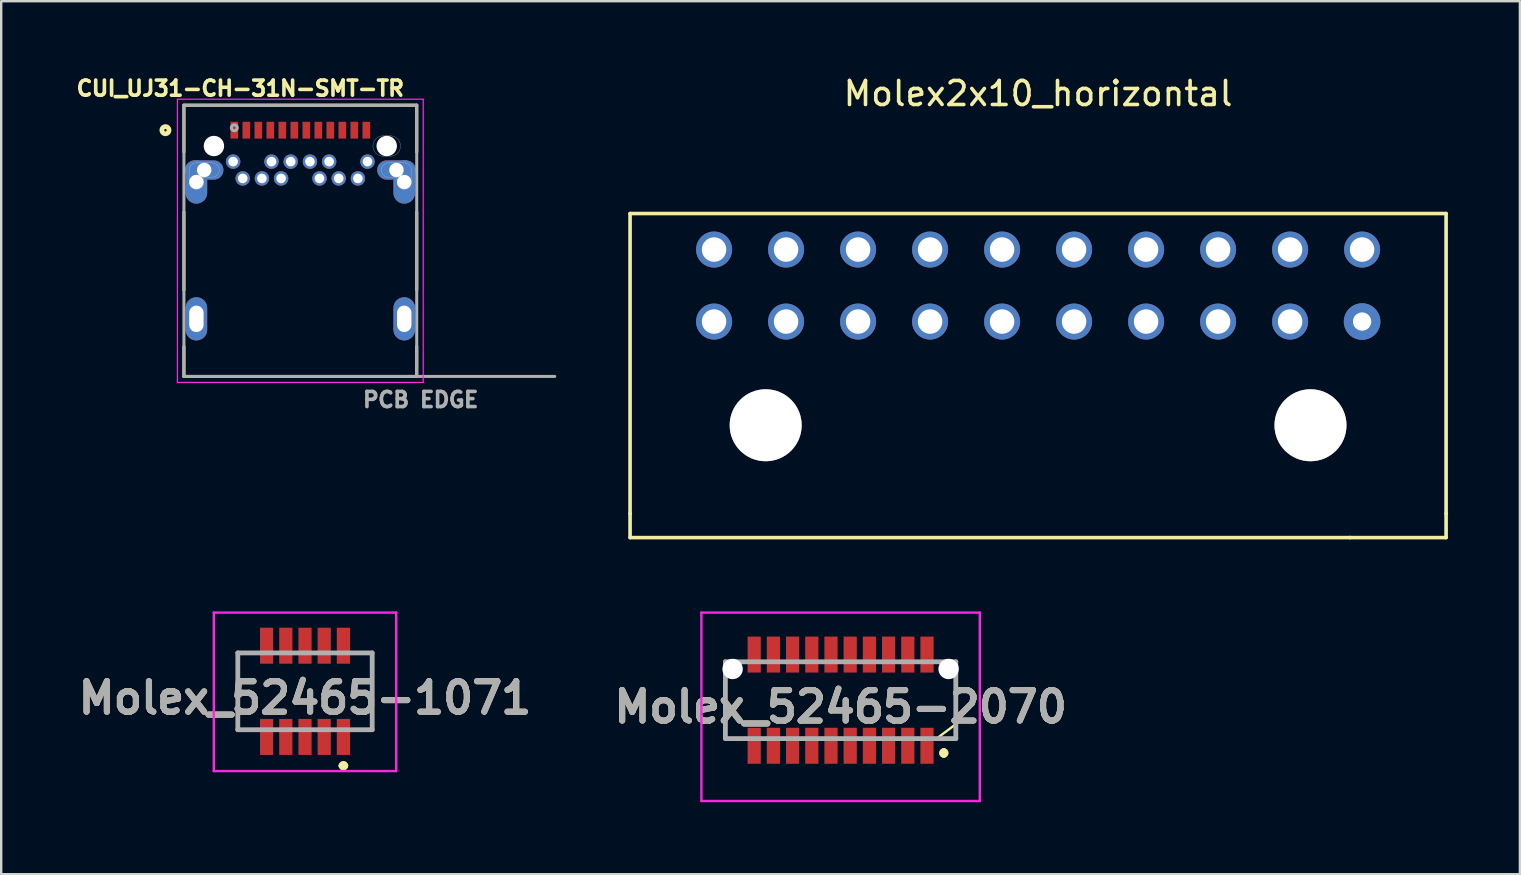
<source format=kicad_pcb>
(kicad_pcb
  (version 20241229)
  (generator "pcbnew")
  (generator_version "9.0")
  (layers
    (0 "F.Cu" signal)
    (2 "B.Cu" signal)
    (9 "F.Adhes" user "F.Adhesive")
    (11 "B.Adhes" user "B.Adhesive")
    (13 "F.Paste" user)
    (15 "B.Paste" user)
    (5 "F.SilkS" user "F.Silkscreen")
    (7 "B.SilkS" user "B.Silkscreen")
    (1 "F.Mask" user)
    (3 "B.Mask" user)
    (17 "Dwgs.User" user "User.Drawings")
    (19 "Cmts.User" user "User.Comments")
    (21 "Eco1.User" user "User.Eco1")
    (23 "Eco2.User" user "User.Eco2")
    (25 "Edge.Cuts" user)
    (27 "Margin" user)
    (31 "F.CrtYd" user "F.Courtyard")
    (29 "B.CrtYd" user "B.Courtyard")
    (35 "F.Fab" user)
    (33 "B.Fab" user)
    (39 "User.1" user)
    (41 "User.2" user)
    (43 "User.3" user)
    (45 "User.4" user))
  (footprint "CUI_UJ31-CH-31N-SMT-TR"
    (layer "F.Cu")
    (at 6.713 2.374)
    (property "Reference" "CUI_UJ31-CH-31N-SMT-TR" (at 0.25 -1.742 0) (layer "F.SilkS") (effects (font (size 0.631 0.631) (thickness 0.15))))
    (attr through_hole)
    (fp_poly (pts (xy 6.2 0.135) (xy 6.5 0.135) (xy 6.555 0.138) (xy 6.609 0.146) (xy 6.662 0.161) (xy 6.714 0.18) (xy 6.763 0.205) (xy 6.809 0.235) (xy 6.851 0.27) (xy 6.89 0.309) (xy 6.925 0.351) (xy 6.955 0.398) (xy 6.98 0.446) (xy 6.999 0.498) (xy 7.014 0.551) (xy 7.022 0.605) (xy 7.025 0.66) (xy 7.022 0.715) (xy 7.014 0.769) (xy 6.999 0.822) (xy 6.98 0.874) (xy 6.955 0.922) (xy 6.925 0.969) (xy 6.89 1.011) (xy 6.851 1.05) (xy 6.809 1.085) (xy 6.763 1.115) (xy 6.714 1.14) (xy 6.662 1.159) (xy 6.609 1.174) (xy 6.555 1.182) (xy 6.5 1.185) (xy 6.2 1.185) (xy 6.145 1.182) (xy 6.091 1.174) (xy 6.038 1.159) (xy 5.986 1.14) (xy 5.938 1.115) (xy 5.891 1.085) (xy 5.849 1.05) (xy 5.81 1.011) (xy 5.775 0.969) (xy 5.745 0.923) (xy 5.72 0.874) (xy 5.701 0.822) (xy 5.686 0.769) (xy 5.678 0.715) (xy 5.675 0.66) (xy 5.678 0.605) (xy 5.686 0.551) (xy 5.701 0.498) (xy 5.72 0.446) (xy 5.745 0.398) (xy 5.775 0.351) (xy 5.81 0.309) (xy 5.849 0.27) (xy 5.891 0.235) (xy 5.938 0.205) (xy 5.986 0.18) (xy 6.038 0.161) (xy 6.091 0.146) (xy 6.145 0.138) (xy 6.2 0.135)) (stroke (width 0.05) (type solid)) (fill yes) (layer "F.Mask"))
    (fp_poly (pts (xy 6.2 0.135) (xy 6.5 0.135) (xy 6.555 0.138) (xy 6.609 0.146) (xy 6.662 0.161) (xy 6.714 0.18) (xy 6.763 0.205) (xy 6.809 0.235) (xy 6.851 0.27) (xy 6.89 0.309) (xy 6.925 0.351) (xy 6.955 0.398) (xy 6.98 0.446) (xy 6.999 0.498) (xy 7.014 0.551) (xy 7.022 0.605) (xy 7.025 0.66) (xy 7.022 0.715) (xy 7.014 0.769) (xy 6.999 0.822) (xy 6.98 0.874) (xy 6.955 0.922) (xy 6.925 0.969) (xy 6.89 1.011) (xy 6.851 1.05) (xy 6.809 1.085) (xy 6.763 1.115) (xy 6.714 1.14) (xy 6.662 1.159) (xy 6.609 1.174) (xy 6.555 1.182) (xy 6.5 1.185) (xy 6.2 1.185) (xy 6.145 1.182) (xy 6.091 1.174) (xy 6.038 1.159) (xy 5.986 1.14) (xy 5.938 1.115) (xy 5.891 1.085) (xy 5.849 1.05) (xy 5.81 1.011) (xy 5.775 0.969) (xy 5.745 0.923) (xy 5.72 0.874) (xy 5.701 0.822) (xy 5.686 0.769) (xy 5.678 0.715) (xy 5.675 0.66) (xy 5.678 0.605) (xy 5.686 0.551) (xy 5.701 0.498) (xy 5.72 0.446) (xy 5.745 0.398) (xy 5.775 0.351) (xy 5.81 0.309) (xy 5.849 0.27) (xy 5.891 0.235) (xy 5.938 0.205) (xy 5.986 0.18) (xy 6.038 0.161) (xy 6.091 0.146) (xy 6.145 0.138) (xy 6.2 0.135)) (stroke (width 0.05) (type solid)) (fill yes) (layer "B.Mask"))
    (fp_line (start -2.1 -1.04) (end -2.1 0.91) (stroke (width 0.127) (type solid)) (layer "F.SilkS"))
    (fp_line (start -2.1 -1.04) (end 7.6 -1.04) (stroke (width 0.127) (type solid)) (layer "F.SilkS"))
    (fp_line (start -2.1 3.41) (end -2.1 6.66) (stroke (width 0.127) (type solid)) (layer "F.SilkS"))
    (fp_line (start -2.1 9.01) (end -2.1 10.26) (stroke (width 0.127) (type solid)) (layer "F.SilkS"))
    (fp_line (start -2.1 10.26) (end 7.6 10.26) (stroke (width 0.127) (type solid)) (layer "F.SilkS"))
    (fp_line (start 7.6 -1.04) (end 7.6 0.91) (stroke (width 0.127) (type solid)) (layer "F.SilkS"))
    (fp_line (start 7.6 6.66) (end 7.6 3.41) (stroke (width 0.127) (type solid)) (layer "F.SilkS"))
    (fp_line (start 7.6 10.26) (end 7.6 9.01) (stroke (width 0.127) (type solid)) (layer "F.SilkS"))
    (fp_circle (center -2.87 0) (end -2.72 0) (stroke (width 0.2) (type solid)) (fill no) (layer "F.SilkS"))
    (fp_line (start -1.88 2.16) (end -1.88 1.66) (stroke (width 0.01) (type solid)) (layer "Edge.Cuts"))
    (fp_line (start -1.58 1.36) (end -0.93 1.36) (stroke (width 0.01) (type solid)) (layer "Edge.Cuts"))
    (fp_line (start -1.28 1.96) (end -1.28 2.16) (stroke (width 0.01) (type solid)) (layer "Edge.Cuts"))
    (fp_line (start -0.93 1.96) (end -1.28 1.96) (stroke (width 0.01) (type solid)) (layer "Edge.Cuts"))
    (fp_line (start 6.2 0.235) (end 6.5 0.235) (stroke (width 0.01) (type solid)) (layer "Edge.Cuts"))
    (fp_line (start 6.2 1.085) (end 6.5 1.085) (stroke (width 0.01) (type solid)) (layer "Edge.Cuts"))
    (fp_line (start 6.43 1.36) (end 7.08 1.36) (stroke (width 0.01) (type solid)) (layer "Edge.Cuts"))
    (fp_line (start 6.78 1.96) (end 6.43 1.96) (stroke (width 0.01) (type solid)) (layer "Edge.Cuts"))
    (fp_line (start 6.78 1.96) (end 6.78 2.16) (stroke (width 0.01) (type solid)) (layer "Edge.Cuts"))
    (fp_line (start 7.38 2.16) (end 7.38 1.66) (stroke (width 0.01) (type solid)) (layer "Edge.Cuts"))
    (fp_arc (start -1.88 1.66) (mid -1.792132 1.447868) (end -1.58 1.36) (stroke (width 0.01) (type solid)) (layer "Edge.Cuts"))
    (fp_arc (start -1.28 2.16) (mid -1.58 2.46) (end -1.88 2.16) (stroke (width 0.01) (type solid)) (layer "Edge.Cuts"))
    (fp_arc (start -0.93 1.36) (mid -0.63 1.66) (end -0.93 1.96) (stroke (width 0.01) (type solid)) (layer "Edge.Cuts"))
    (fp_arc (start 6.2 1.085) (mid 5.775 0.66) (end 6.2 0.235) (stroke (width 0.01) (type solid)) (layer "Edge.Cuts"))
    (fp_arc (start 6.43 1.96) (mid 6.13 1.66) (end 6.43 1.36) (stroke (width 0.01) (type solid)) (layer "Edge.Cuts"))
    (fp_arc (start 6.5 0.235) (mid 6.925 0.66) (end 6.5 1.085) (stroke (width 0.01) (type solid)) (layer "Edge.Cuts"))
    (fp_arc (start 7.08 1.36) (mid 7.292132 1.447868) (end 7.38 1.66) (stroke (width 0.01) (type solid)) (layer "Edge.Cuts"))
    (fp_arc (start 7.38 2.16) (mid 7.08 2.46) (end 6.78 2.16) (stroke (width 0.01) (type solid)) (layer "Edge.Cuts"))
    (fp_line (start -2.37 -1.29) (end 7.87 -1.29) (stroke (width 0.05) (type solid)) (layer "F.CrtYd"))
    (fp_line (start -2.37 10.51) (end -2.37 -1.29) (stroke (width 0.05) (type solid)) (layer "F.CrtYd"))
    (fp_line (start 7.87 -1.29) (end 7.87 10.51) (stroke (width 0.05) (type solid)) (layer "F.CrtYd"))
    (fp_line (start 7.87 10.51) (end -2.37 10.51) (stroke (width 0.05) (type solid)) (layer "F.CrtYd"))
    (fp_line (start -2.1 -1.04) (end 7.6 -1.04) (stroke (width 0.127) (type solid)) (layer "F.Fab"))
    (fp_line (start -2.1 10.26) (end -2.1 -1.04) (stroke (width 0.127) (type solid)) (layer "F.Fab"))
    (fp_line (start 7.6 -1.04) (end 7.6 10.26) (stroke (width 0.127) (type solid)) (layer "F.Fab"))
    (fp_line (start 7.6 10.26) (end -2.1 10.26) (stroke (width 0.127) (type solid)) (layer "F.Fab"))
    (fp_line (start 7.6 10.26) (end 13.35 10.26) (stroke (width 0.127) (type solid)) (layer "F.Fab"))
    (fp_circle (center 0 -0.1) (end 0.06 -0.1) (stroke (width 0.127) (type solid)) (fill no) (layer "F.Fab"))
    (fp_text user "PCB EDGE" (at 7.764 11.231 0) (layer "F.Fab") (effects (font (size 0.631 0.631) (thickness 0.15))))
    (pad "" np_thru_hole circle (at -0.85 0.66) (size 0.85 0.85) (drill 0.85) (layers "*.Cu" "*.Mask"))
    (pad "" np_thru_hole circle (at 6.35 0.66) (size 0.85 0.85) (drill 0.85) (layers "*.Cu" "*.Mask"))
    (pad "A1" smd rect (at 0 0) (size 0.32 0.7) (layers "F.Cu" "F.Mask" "F.Paste"))
    (pad "A2" smd rect (at 0.5 0) (size 0.32 0.7) (layers "F.Cu" "F.Mask" "F.Paste"))
    (pad "A3" smd rect (at 1 0) (size 0.32 0.7) (layers "F.Cu" "F.Mask" "F.Paste"))
    (pad "A4" smd rect (at 1.5 0) (size 0.32 0.7) (layers "F.Cu" "F.Mask" "F.Paste"))
    (pad "A5" smd rect (at 2 0) (size 0.32 0.7) (layers "F.Cu" "F.Mask" "F.Paste"))
    (pad "A6" smd rect (at 2.5 0) (size 0.32 0.7) (layers "F.Cu" "F.Mask" "F.Paste"))
    (pad "A7" smd rect (at 3 0) (size 0.32 0.7) (layers "F.Cu" "F.Mask" "F.Paste"))
    (pad "A8" smd rect (at 3.5 0) (size 0.32 0.7) (layers "F.Cu" "F.Mask" "F.Paste"))
    (pad "A9" smd rect (at 4 0) (size 0.32 0.7) (layers "F.Cu" "F.Mask" "F.Paste"))
    (pad "A10" smd rect (at 4.5 0) (size 0.32 0.7) (layers "F.Cu" "F.Mask" "F.Paste"))
    (pad "A11" smd rect (at 5 0) (size 0.32 0.7) (layers "F.Cu" "F.Mask" "F.Paste"))
    (pad "A12" smd rect (at 5.5 0) (size 0.32 0.7) (layers "F.Cu" "F.Mask" "F.Paste"))
    (pad "B1" thru_hole circle (at 5.55 1.31) (size 0.6 0.6) (drill 0.4) (layers "*.Cu" "*.Mask"))
    (pad "B2" thru_hole circle (at 5.15 2.01) (size 0.6 0.6) (drill 0.4) (layers "*.Cu" "*.Mask"))
    (pad "B3" thru_hole circle (at 4.35 2.01) (size 0.6 0.6) (drill 0.4) (layers "*.Cu" "*.Mask"))
    (pad "B4" thru_hole circle (at 3.95 1.31) (size 0.6 0.6) (drill 0.4) (layers "*.Cu" "*.Mask"))
    (pad "B5" thru_hole circle (at 3.55 2.01) (size 0.6 0.6) (drill 0.4) (layers "*.Cu" "*.Mask"))
    (pad "B6" thru_hole circle (at 3.15 1.31) (size 0.6 0.6) (drill 0.4) (layers "*.Cu" "*.Mask"))
    (pad "B7" thru_hole circle (at 2.35 1.31) (size 0.6 0.6) (drill 0.4) (layers "*.Cu" "*.Mask"))
    (pad "B8" thru_hole circle (at 1.95 2.01) (size 0.6 0.6) (drill 0.4) (layers "*.Cu" "*.Mask"))
    (pad "B9" thru_hole circle (at 1.55 1.31) (size 0.6 0.6) (drill 0.4) (layers "*.Cu" "*.Mask"))
    (pad "B10" thru_hole circle (at 1.15 2.01) (size 0.6 0.6) (drill 0.4) (layers "*.Cu" "*.Mask"))
    (pad "B11" thru_hole circle (at 0.35 2.01) (size 0.6 0.6) (drill 0.4) (layers "*.Cu" "*.Mask"))
    (pad "B12" thru_hole circle (at -0.05 1.31) (size 0.6 0.6) (drill 0.4) (layers "*.Cu" "*.Mask"))
    (pad "SH1" thru_hole oval (at -1.255 1.66) (size 1.6 0.8) (drill 0.6) (layers "*.Cu" "*.Mask"))
    (pad "SH2" thru_hole oval (at 6.755 1.66) (size 1.6 0.8) (drill 0.6) (layers "*.Cu" "*.Mask"))
    (pad "SH3" thru_hole oval (at -1.58 2.16) (size 0.9 1.8) (drill 0.6) (layers "*.Cu" "*.Mask"))
    (pad "SH4" thru_hole oval (at 7.08 2.16) (size 0.9 1.8) (drill 0.6) (layers "*.Cu" "*.Mask"))
    (pad "SH5" thru_hole oval (at -1.58 7.86) (size 0.9 1.8) (drill oval 0.6 1.1) (layers "*.Cu" "*.Mask"))
    (pad "SH6" thru_hole oval (at 7.08 7.86) (size 0.9 1.8) (drill oval 0.6 1.1) (layers "*.Cu" "*.Mask")))
  (footprint "Molex_52465-2070"
    (layer "F.Cu")
    (at 31.974 26.123)
    (property "Reference" "Molex_52465-2070" (at 0 0.275 0) (layer "F.SilkS") (effects (font (size 1.27 1.27) (thickness 0.254))))
    (attr through_hole)
    (fp_line (start -4.8 -0.5) (end -4.8 1.6) (stroke (width 0.1) (type solid)) (layer "F.SilkS"))
    (fp_line (start -4.8 1.6) (end -4.5 1.6) (stroke (width 0.1) (type solid)) (layer "F.SilkS"))
    (fp_line (start 4 1.6) (end 4.8 1) (stroke (width 0.1) (type solid)) (layer "F.SilkS"))
    (fp_line (start 4.3 2.1) (end 4.3 2.1) (stroke (width 0.2) (type solid)) (layer "F.SilkS"))
    (fp_line (start 4.3 2.3) (end 4.3 2.3) (stroke (width 0.2) (type solid)) (layer "F.SilkS"))
    (fp_line (start 4.8 1) (end 4.8 -0.5) (stroke (width 0.1) (type solid)) (layer "F.SilkS"))
    (fp_arc (start 4.3 2.1) (mid 4.4 2.2) (end 4.3 2.3) (stroke (width 0.2) (type solid)) (layer "F.SilkS"))
    (fp_arc (start 4.3 2.3) (mid 4.2 2.2) (end 4.3 2.1) (stroke (width 0.2) (type solid)) (layer "F.SilkS"))
    (fp_line (start -5.8 -3.65) (end 5.8 -3.65) (stroke (width 0.1) (type solid)) (layer "F.CrtYd"))
    (fp_line (start -5.8 4.2) (end -5.8 -3.65) (stroke (width 0.1) (type solid)) (layer "F.CrtYd"))
    (fp_line (start 5.8 -3.65) (end 5.8 4.2) (stroke (width 0.1) (type solid)) (layer "F.CrtYd"))
    (fp_line (start 5.8 4.2) (end -5.8 4.2) (stroke (width 0.1) (type solid)) (layer "F.CrtYd"))
    (fp_line (start -4.8 -1.6) (end 4.8 -1.6) (stroke (width 0.2) (type solid)) (layer "F.Fab"))
    (fp_line (start -4.8 1.6) (end -4.8 -1.6) (stroke (width 0.2) (type solid)) (layer "F.Fab"))
    (fp_line (start 4.8 -1.6) (end 4.8 1.6) (stroke (width 0.2) (type solid)) (layer "F.Fab"))
    (fp_line (start 4.8 1.6) (end -4.8 1.6) (stroke (width 0.2) (type solid)) (layer "F.Fab"))
    (fp_text user "${REFERENCE}" (at 0 0.275 0) (layer "F.Fab") (effects (font (size 1.27 1.27) (thickness 0.254))))
    (pad "" np_thru_hole circle (at -4.5 -1.3) (size 0.85 0.85) (drill 0.85) (layers "*.Cu" "*.Mask"))
    (pad "" np_thru_hole circle (at 4.5 -1.3) (size 0.85 0.85) (drill 0.85) (layers "*.Cu" "*.Mask"))
    (pad "1" smd rect (at 3.6 1.9) (size 0.55 1.5) (layers "F.Cu" "F.Mask" "F.Paste"))
    (pad "2" smd rect (at 3.6 -1.9) (size 0.55 1.5) (layers "F.Cu" "F.Mask" "F.Paste"))
    (pad "3" smd rect (at 2.8 1.9) (size 0.55 1.5) (layers "F.Cu" "F.Mask" "F.Paste"))
    (pad "4" smd rect (at 2.8 -1.9) (size 0.55 1.5) (layers "F.Cu" "F.Mask" "F.Paste"))
    (pad "5" smd rect (at 2 1.9) (size 0.55 1.5) (layers "F.Cu" "F.Mask" "F.Paste"))
    (pad "6" smd rect (at 2 -1.9) (size 0.55 1.5) (layers "F.Cu" "F.Mask" "F.Paste"))
    (pad "7" smd rect (at 1.2 1.9) (size 0.55 1.5) (layers "F.Cu" "F.Mask" "F.Paste"))
    (pad "8" smd rect (at 1.2 -1.9) (size 0.55 1.5) (layers "F.Cu" "F.Mask" "F.Paste"))
    (pad "9" smd rect (at 0.4 1.9) (size 0.55 1.5) (layers "F.Cu" "F.Mask" "F.Paste"))
    (pad "10" smd rect (at 0.4 -1.9) (size 0.55 1.5) (layers "F.Cu" "F.Mask" "F.Paste"))
    (pad "11" smd rect (at -0.4 1.9) (size 0.55 1.5) (layers "F.Cu" "F.Mask" "F.Paste"))
    (pad "12" smd rect (at -0.4 -1.9) (size 0.55 1.5) (layers "F.Cu" "F.Mask" "F.Paste"))
    (pad "13" smd rect (at -1.2 1.9) (size 0.55 1.5) (layers "F.Cu" "F.Mask" "F.Paste"))
    (pad "14" smd rect (at -1.2 -1.9) (size 0.55 1.5) (layers "F.Cu" "F.Mask" "F.Paste"))
    (pad "15" smd rect (at -2 1.9) (size 0.55 1.5) (layers "F.Cu" "F.Mask" "F.Paste"))
    (pad "16" smd rect (at -2 -1.9) (size 0.55 1.5) (layers "F.Cu" "F.Mask" "F.Paste"))
    (pad "17" smd rect (at -2.8 1.9) (size 0.55 1.5) (layers "F.Cu" "F.Mask" "F.Paste"))
    (pad "18" smd rect (at -2.8 -1.9) (size 0.55 1.5) (layers "F.Cu" "F.Mask" "F.Paste"))
    (pad "19" smd rect (at -3.6 1.9) (size 0.55 1.5) (layers "F.Cu" "F.Mask" "F.Paste"))
    (pad "20" smd rect (at -3.6 -1.9) (size 0.55 1.5) (layers "F.Cu" "F.Mask" "F.Paste")))
  (footprint "Molex2x10_horizontal"
    (layer "F.Cu")
    (at 40.202 8.848)
    (property "Reference" "Molex2x10_horizontal" (at 0 -8 0) (layer "F.SilkS") (effects (font (size 1 1) (thickness 0.15))))
    (attr through_hole)
    (fp_line (start -17 -3) (end 17 -3) (stroke (width 0.15) (type solid)) (layer "F.SilkS"))
    (fp_line (start -17 9.5) (end -17 -3) (stroke (width 0.15) (type solid)) (layer "F.SilkS"))
    (fp_line (start -17 10.5) (end -17 9.5) (stroke (width 0.15) (type solid)) (layer "F.SilkS"))
    (fp_line (start 13 10.5) (end -17 10.5) (stroke (width 0.15) (type solid)) (layer "F.SilkS"))
    (fp_line (start 13 10.5) (end 17 10.5) (stroke (width 0.15) (type solid)) (layer "F.SilkS"))
    (fp_line (start 17 9.5) (end 17 -3) (stroke (width 0.15) (type solid)) (layer "F.SilkS"))
    (fp_line (start 17 10.5) (end 17 9.5) (stroke (width 0.15) (type solid)) (layer "F.SilkS"))
    (pad "" thru_hole circle (at -11.35 5.82) (size 3 3) (drill 3) (layers "*.Cu" "*.Mask"))
    (pad "" thru_hole circle (at 11.35 5.82) (size 3 3) (drill 3) (layers "*.Cu" "*.Mask"))
    (pad "1" thru_hole circle (at 13.5 1.5) (size 1.524 1.524) (drill 0.762) (layers "*.Cu" "*.Mask"))
    (pad "2" thru_hole circle (at 10.5 1.5) (size 1.5 1.5) (drill 1.02) (layers "*.Cu" "*.Mask"))
    (pad "3" thru_hole circle (at 7.5 1.5) (size 1.5 1.5) (drill 1.02) (layers "*.Cu" "*.Mask"))
    (pad "4" thru_hole circle (at 4.5 1.5) (size 1.5 1.5) (drill 1.02) (layers "*.Cu" "*.Mask"))
    (pad "5" thru_hole circle (at 1.5 1.5) (size 1.5 1.5) (drill 1.02) (layers "*.Cu" "*.Mask"))
    (pad "6" thru_hole circle (at -1.5 1.5) (size 1.5 1.5) (drill 1.02) (layers "*.Cu" "*.Mask"))
    (pad "7" thru_hole circle (at -4.5 1.5) (size 1.5 1.5) (drill 1.02) (layers "*.Cu" "*.Mask"))
    (pad "8" thru_hole circle (at -7.5 1.5) (size 1.5 1.5) (drill 1.02) (layers "*.Cu" "*.Mask"))
    (pad "9" thru_hole circle (at -10.5 1.5) (size 1.5 1.5) (drill 1.02) (layers "*.Cu" "*.Mask"))
    (pad "10" thru_hole circle (at -13.5 1.5) (size 1.5 1.5) (drill 1.02) (layers "*.Cu" "*.Mask"))
    (pad "11" thru_hole circle (at 13.5 -1.5) (size 1.5 1.5) (drill 1.02) (layers "*.Cu" "*.Mask"))
    (pad "12" thru_hole circle (at 10.5 -1.5) (size 1.5 1.5) (drill 1.02) (layers "*.Cu" "*.Mask"))
    (pad "13" thru_hole circle (at 7.5 -1.5) (size 1.5 1.5) (drill 1.02) (layers "*.Cu" "*.Mask"))
    (pad "14" thru_hole circle (at 4.5 -1.5) (size 1.5 1.5) (drill 1.02) (layers "*.Cu" "*.Mask"))
    (pad "15" thru_hole circle (at 1.5 -1.5) (size 1.5 1.5) (drill 1.02) (layers "*.Cu" "*.Mask"))
    (pad "16" thru_hole circle (at -1.5 -1.5) (size 1.5 1.5) (drill 1.02) (layers "*.Cu" "*.Mask"))
    (pad "17" thru_hole circle (at -4.5 -1.5) (size 1.5 1.5) (drill 1.02) (layers "*.Cu" "*.Mask"))
    (pad "18" thru_hole circle (at -7.5 -1.5) (size 1.5 1.5) (drill 1.02) (layers "*.Cu" "*.Mask"))
    (pad "19" thru_hole circle (at -10.5 -1.5) (size 1.5 1.5) (drill 1.02) (layers "*.Cu" "*.Mask"))
    (pad "20" thru_hole circle (at -13.5 -1.5) (size 1.5 1.5) (drill 1.02) (layers "*.Cu" "*.Mask")))
  (footprint "Molex_52465-1071"
    (layer "F.Cu")
    (at 9.658 26.029)
    (property "Reference" "Molex_52465-1071" (at 0 0 0) (layer "F.SilkS") (effects (font (size 1.27 1.27) (thickness 0.254))))
    (attr smd)
    (fp_line (start -2.8 -1.875) (end -2.8 1.325) (stroke (width 0.1) (type solid)) (layer "F.SilkS"))
    (fp_line (start -2.8 1.325) (end -2.5 1.325) (stroke (width 0.1) (type solid)) (layer "F.SilkS"))
    (fp_line (start -2.5 -1.875) (end -2.8 -1.875) (stroke (width 0.1) (type solid)) (layer "F.SilkS"))
    (fp_line (start 1.5 2.825) (end 1.5 2.825) (stroke (width 0.2) (type solid)) (layer "F.SilkS"))
    (fp_line (start 1.7 2.825) (end 1.7 2.825) (stroke (width 0.2) (type solid)) (layer "F.SilkS"))
    (fp_line (start 2.5 -1.875) (end 2.8 -1.875) (stroke (width 0.1) (type solid)) (layer "F.SilkS"))
    (fp_line (start 2.8 -1.875) (end 2.8 1.325) (stroke (width 0.1) (type solid)) (layer "F.SilkS"))
    (fp_line (start 2.8 1.325) (end 2.5 1.325) (stroke (width 0.1) (type solid)) (layer "F.SilkS"))
    (fp_arc (start 1.5 2.825) (mid 1.6 2.725) (end 1.7 2.825) (stroke (width 0.2) (type solid)) (layer "F.SilkS"))
    (fp_arc (start 1.7 2.825) (mid 1.6 2.925) (end 1.5 2.825) (stroke (width 0.2) (type solid)) (layer "F.SilkS"))
    (fp_line (start -3.8 -3.556) (end 3.8 -3.556) (stroke (width 0.1) (type solid)) (layer "F.CrtYd"))
    (fp_line (start -3.8 3.048) (end -3.8 -3.556) (stroke (width 0.1) (type solid)) (layer "F.CrtYd"))
    (fp_line (start 3.8 -3.556) (end 3.8 3.048) (stroke (width 0.1) (type solid)) (layer "F.CrtYd"))
    (fp_line (start 3.8 3.048) (end -3.8 3.048) (stroke (width 0.1) (type solid)) (layer "F.CrtYd"))
    (fp_line (start -2.8 -1.875) (end 2.8 -1.875) (stroke (width 0.2) (type solid)) (layer "F.Fab"))
    (fp_line (start -2.8 1.325) (end -2.8 -1.875) (stroke (width 0.2) (type solid)) (layer "F.Fab"))
    (fp_line (start 2.8 -1.875) (end 2.8 1.325) (stroke (width 0.2) (type solid)) (layer "F.Fab"))
    (fp_line (start 2.8 1.325) (end -2.8 1.325) (stroke (width 0.2) (type solid)) (layer "F.Fab"))
    (fp_text user "${REFERENCE}" (at 0 0 0) (layer "F.Fab") (effects (font (size 1.27 1.27) (thickness 0.254))))
    (pad "1" smd rect (at 1.6 1.625) (size 0.55 1.5) (layers "F.Cu" "F.Mask" "F.Paste"))
    (pad "2" smd rect (at 1.6 -2.175) (size 0.55 1.5) (layers "F.Cu" "F.Mask" "F.Paste"))
    (pad "3" smd rect (at 0.8 1.625) (size 0.55 1.5) (layers "F.Cu" "F.Mask" "F.Paste"))
    (pad "4" smd rect (at 0.8 -2.175) (size 0.55 1.5) (layers "F.Cu" "F.Mask" "F.Paste"))
    (pad "5" smd rect (at 0 1.625) (size 0.55 1.5) (layers "F.Cu" "F.Mask" "F.Paste"))
    (pad "6" smd rect (at 0 -2.175) (size 0.55 1.5) (layers "F.Cu" "F.Mask" "F.Paste"))
    (pad "7" smd rect (at -0.8 1.625) (size 0.55 1.5) (layers "F.Cu" "F.Mask" "F.Paste"))
    (pad "8" smd rect (at -0.8 -2.175) (size 0.55 1.5) (layers "F.Cu" "F.Mask" "F.Paste"))
    (pad "9" smd rect (at -1.6 1.625) (size 0.55 1.5) (layers "F.Cu" "F.Mask" "F.Paste"))
    (pad "10" smd rect (at -1.6 -2.175) (size 0.55 1.5) (layers "F.Cu" "F.Mask" "F.Paste")))
  (gr_rect
    (start -3 -3)
    (end 60.277 33.373)
    (stroke (width 0.1) (type default))
    (fill no)
    (layer "Edge.Cuts")))
</source>
